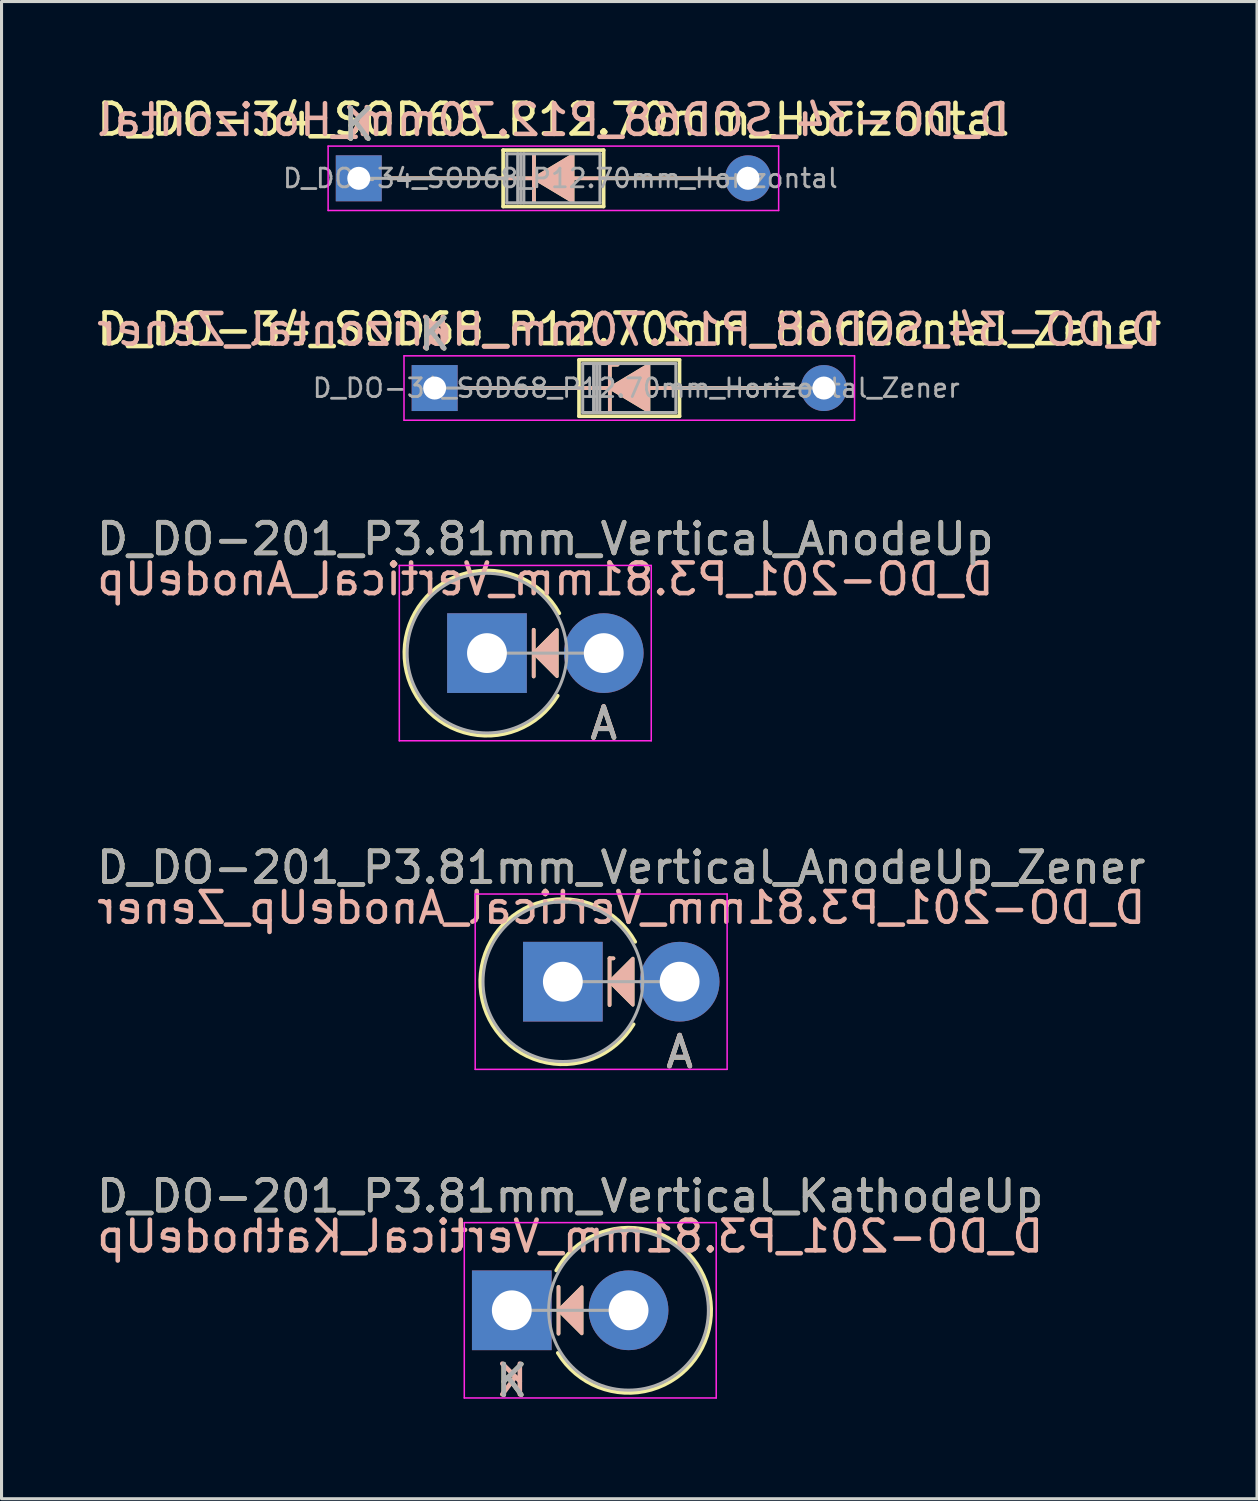
<source format=kicad_pcb>
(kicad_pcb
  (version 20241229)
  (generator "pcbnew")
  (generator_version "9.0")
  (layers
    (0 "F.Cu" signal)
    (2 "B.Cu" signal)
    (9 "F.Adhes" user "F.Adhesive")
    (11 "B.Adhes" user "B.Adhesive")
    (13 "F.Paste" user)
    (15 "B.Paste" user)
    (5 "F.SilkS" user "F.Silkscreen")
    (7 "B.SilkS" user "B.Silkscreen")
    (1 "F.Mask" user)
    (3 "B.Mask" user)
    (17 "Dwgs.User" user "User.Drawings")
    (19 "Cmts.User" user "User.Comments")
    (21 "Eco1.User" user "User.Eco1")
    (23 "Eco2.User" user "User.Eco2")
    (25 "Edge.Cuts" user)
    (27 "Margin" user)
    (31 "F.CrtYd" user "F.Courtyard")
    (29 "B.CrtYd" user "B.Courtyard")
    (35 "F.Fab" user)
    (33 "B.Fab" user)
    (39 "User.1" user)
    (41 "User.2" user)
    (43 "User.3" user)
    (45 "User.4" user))
  (footprint "D_DO-201_P3.81mm_Vertical_AnodeUp"
    (layer "F.Cu")
    (at 12.839 18.26)
    (property "Reference" "D_DO-201_P3.81mm_Vertical_AnodeUp" (at 1.905 -3.725 0) (layer "F.SilkS") (effects (font (size 1 1) (thickness 0.15))))
    (fp_line (start 1.524 -0.762) (end 1.524 0.762) (stroke (width 0.12) (type solid)) (layer "F.SilkS"))
    (fp_arc (start 2.30942 1.390181) (mid -2.695054 -0.052035) (end 2.361361 -1.3) (stroke (width 0.12) (type solid)) (layer "F.SilkS"))
    (fp_poly (pts (xy 2.286 0.762) (xy 1.524 0) (xy 2.286 -0.762)) (stroke (width 0.1) (type solid)) (fill yes) (layer "F.SilkS"))
    (fp_line (start 1.524 0.762) (end 1.524 -0.762) (stroke (width 0.12) (type solid)) (layer "B.SilkS"))
    (fp_poly (pts (xy 2.286 -0.762) (xy 1.524 0) (xy 2.286 0.762)) (stroke (width 0.1) (type solid)) (fill yes) (layer "B.SilkS"))
    (fp_line (start -2.86 -2.86) (end -2.86 2.86) (stroke (width 0.05) (type solid)) (layer "F.CrtYd"))
    (fp_line (start -2.86 2.86) (end 5.36 2.86) (stroke (width 0.05) (type solid)) (layer "F.CrtYd"))
    (fp_line (start 5.36 -2.86) (end -2.86 -2.86) (stroke (width 0.05) (type solid)) (layer "F.CrtYd"))
    (fp_line (start 5.36 2.86) (end 5.36 -2.86) (stroke (width 0.05) (type solid)) (layer "F.CrtYd"))
    (fp_line (start 0 0) (end 3.81 0) (stroke (width 0.1) (type solid)) (layer "F.Fab"))
    (fp_circle (center 0 0) (end 2.605 0) (stroke (width 0.1) (type solid)) (fill no) (layer "F.Fab"))
    (fp_text user "A" (at 3.81 2.3 0) (layer "F.SilkS") (effects (font (size 1 1) (thickness 0.15))))
    (fp_text user "${REFERENCE}" (at 1.905 -2.413 0) (layer "B.SilkS") (effects (font (size 1 1) (thickness 0.15)) (justify mirror)))
    (fp_text user "A" (at 3.81 2.286 0) (layer "B.SilkS") (effects (font (size 1 1) (thickness 0.15)) (justify mirror)))
    (fp_text user "A" (at 3.81 2.3 0) (layer "F.Fab") (effects (font (size 1 1) (thickness 0.15))))
    (fp_text user "${REFERENCE}" (at 1.905 -3.725 0) (layer "F.Fab") (effects (font (size 1 1) (thickness 0.15))))
    (pad "1" thru_hole rect (at 0 0) (size 2.6 2.6) (drill 1.3) (layers "*.Cu" "*.Mask"))
    (pad "2" thru_hole oval (at 3.81 0) (size 2.6 2.6) (drill 1.3) (layers "*.Cu" "*.Mask")))
  (footprint "D_DO-201_P3.81mm_Vertical_KathodeUp"
    (layer "F.Cu")
    (at 13.649 39.703)
    (property "Reference" "D_DO-201_P3.81mm_Vertical_KathodeUp" (at 1.905 -3.725 0) (layer "F.SilkS") (effects (font (size 1 1) (thickness 0.15))))
    (fp_line (start 1.524 -0.762) (end 1.524 0.762) (stroke (width 0.12) (type solid)) (layer "F.SilkS"))
    (fp_arc (start 1.448639 -1.3) (mid 6.505054 -0.052035) (end 1.50058 1.390181) (stroke (width 0.12) (type solid)) (layer "F.SilkS"))
    (fp_poly (pts (xy 2.286 0.762) (xy 1.524 0) (xy 2.286 -0.762)) (stroke (width 0.1) (type solid)) (fill yes) (layer "F.SilkS"))
    (fp_line (start 1.524 0.762) (end 1.524 -0.762) (stroke (width 0.12) (type solid)) (layer "B.SilkS"))
    (fp_poly (pts (xy 2.286 -0.762) (xy 1.524 0) (xy 2.286 0.762)) (stroke (width 0.1) (type solid)) (fill yes) (layer "B.SilkS"))
    (fp_line (start -1.55 -2.86) (end -1.55 2.86) (stroke (width 0.05) (type solid)) (layer "F.CrtYd"))
    (fp_line (start -1.55 2.86) (end 6.67 2.86) (stroke (width 0.05) (type solid)) (layer "F.CrtYd"))
    (fp_line (start 6.67 -2.86) (end -1.55 -2.86) (stroke (width 0.05) (type solid)) (layer "F.CrtYd"))
    (fp_line (start 6.67 2.86) (end 6.67 -2.86) (stroke (width 0.05) (type solid)) (layer "F.CrtYd"))
    (fp_line (start 0 0) (end 3.81 0) (stroke (width 0.1) (type solid)) (layer "F.Fab"))
    (fp_circle (center 3.81 0) (end 6.415 0) (stroke (width 0.1) (type solid)) (fill no) (layer "F.Fab"))
    (fp_text user "K" (at 0 2.3 0) (layer "F.SilkS") (effects (font (size 1 1) (thickness 0.15))))
    (fp_text user "K" (at 0 2.286 0) (layer "B.SilkS") (effects (font (size 1 1) (thickness 0.15)) (justify mirror)))
    (fp_text user "${REFERENCE}" (at 1.905 -2.413 0) (layer "B.SilkS") (effects (font (size 1 1) (thickness 0.15)) (justify mirror)))
    (fp_text user "K" (at 0 2.3 0) (layer "F.Fab") (effects (font (size 1 1) (thickness 0.15))))
    (fp_text user "${REFERENCE}" (at 1.905 -3.725 0) (layer "F.Fab") (effects (font (size 1 1) (thickness 0.15))))
    (pad "1" thru_hole rect (at 0 0) (size 2.6 2.6) (drill 1.3) (layers "*.Cu" "*.Mask"))
    (pad "2" thru_hole oval (at 3.81 0) (size 2.6 2.6) (drill 1.3) (layers "*.Cu" "*.Mask")))
  (footprint "D_DO-34_SOD68_P12.70mm_Horizontal"
    (layer "F.Cu")
    (at 8.656 2.768)
    (property "Reference" "D_DO-34_SOD68_P12.70mm_Horizontal" (at 6.35 -1.92 0) (layer "F.SilkS") (effects (font (size 1 1) (thickness 0.15))))
    (fp_line (start 0.99 0) (end 4.71 0) (stroke (width 0.12) (type solid)) (layer "F.SilkS"))
    (fp_line (start 4.71 -0.92) (end 4.71 0.92) (stroke (width 0.12) (type solid)) (layer "F.SilkS"))
    (fp_line (start 4.71 0.92) (end 7.99 0.92) (stroke (width 0.12) (type solid)) (layer "F.SilkS"))
    (fp_line (start 5.715 -0.762) (end 5.715 0.762) (stroke (width 0.12) (type solid)) (layer "F.SilkS"))
    (fp_line (start 5.8 0) (end 4.71 0) (stroke (width 0.12) (type solid)) (layer "F.SilkS"))
    (fp_line (start 6.985 0) (end 7.99 0) (stroke (width 0.12) (type solid)) (layer "F.SilkS"))
    (fp_line (start 7.99 -0.92) (end 4.71 -0.92) (stroke (width 0.12) (type solid)) (layer "F.SilkS"))
    (fp_line (start 7.99 0.92) (end 7.99 -0.92) (stroke (width 0.12) (type solid)) (layer "F.SilkS"))
    (fp_line (start 11.71 0) (end 7.99 0) (stroke (width 0.12) (type solid)) (layer "F.SilkS"))
    (fp_poly (pts (xy 6.985 0.762) (xy 5.715 0) (xy 6.985 -0.762)) (stroke (width 0.1) (type solid)) (fill yes) (layer "F.SilkS"))
    (fp_line (start 0.99 0) (end 4.71 0) (stroke (width 0.12) (type solid)) (layer "B.SilkS"))
    (fp_line (start 5.715 0.762) (end 5.715 -0.762) (stroke (width 0.12) (type solid)) (layer "B.SilkS"))
    (fp_line (start 5.8 0) (end 4.71 0) (stroke (width 0.12) (type solid)) (layer "B.SilkS"))
    (fp_line (start 6.985 0) (end 7.99 0) (stroke (width 0.12) (type solid)) (layer "B.SilkS"))
    (fp_line (start 11.71 0) (end 7.99 0) (stroke (width 0.12) (type solid)) (layer "B.SilkS"))
    (fp_poly (pts (xy 6.985 -0.762) (xy 5.715 0) (xy 6.985 0.762)) (stroke (width 0.1) (type solid)) (fill yes) (layer "B.SilkS"))
    (fp_line (start -1 -1.05) (end -1 1.05) (stroke (width 0.05) (type solid)) (layer "F.CrtYd"))
    (fp_line (start -1 1.05) (end 13.7 1.05) (stroke (width 0.05) (type solid)) (layer "F.CrtYd"))
    (fp_line (start 13.7 -1.05) (end -1 -1.05) (stroke (width 0.05) (type solid)) (layer "F.CrtYd"))
    (fp_line (start 13.7 1.05) (end 13.7 -1.05) (stroke (width 0.05) (type solid)) (layer "F.CrtYd"))
    (fp_line (start 0 0) (end 4.83 0) (stroke (width 0.1) (type solid)) (layer "F.Fab"))
    (fp_line (start 4.83 -0.8) (end 4.83 0.8) (stroke (width 0.1) (type solid)) (layer "F.Fab"))
    (fp_line (start 4.83 0.8) (end 7.87 0.8) (stroke (width 0.1) (type solid)) (layer "F.Fab"))
    (fp_line (start 5.186 -0.8) (end 5.186 0.8) (stroke (width 0.1) (type solid)) (layer "F.Fab"))
    (fp_line (start 5.286 -0.8) (end 5.286 0.8) (stroke (width 0.1) (type solid)) (layer "F.Fab"))
    (fp_line (start 5.386 -0.8) (end 5.386 0.8) (stroke (width 0.1) (type solid)) (layer "F.Fab"))
    (fp_line (start 7.87 -0.8) (end 4.83 -0.8) (stroke (width 0.1) (type solid)) (layer "F.Fab"))
    (fp_line (start 7.87 0.8) (end 7.87 -0.8) (stroke (width 0.1) (type solid)) (layer "F.Fab"))
    (fp_line (start 12.7 0) (end 7.87 0) (stroke (width 0.1) (type solid)) (layer "F.Fab"))
    (fp_text user "K" (at 0 -1.75 0) (layer "F.SilkS") (effects (font (size 1 1) (thickness 0.15))))
    (fp_text user "${REFERENCE}" (at 6.35 -1.905 0) (layer "B.SilkS") (effects (font (size 1 1) (thickness 0.15)) (justify mirror)))
    (fp_text user "K" (at 0 -1.778 0) (layer "B.SilkS") (effects (font (size 1 1) (thickness 0.15)) (justify mirror)))
    (fp_text user "${REFERENCE}" (at 6.578 0 0) (layer "F.Fab") (effects (font (size 0.608 0.608) (thickness 0.091))))
    (fp_text user "K" (at 0 -1.75 0) (layer "F.Fab") (effects (font (size 1 1) (thickness 0.15))))
    (pad "1" thru_hole rect (at 0 0) (size 1.5 1.5) (drill 0.75) (layers "*.Cu" "*.Mask"))
    (pad "2" thru_hole oval (at 12.7 0) (size 1.5 1.5) (drill 0.75) (layers "*.Cu" "*.Mask")))
  (footprint "D_DO-201_P3.81mm_Vertical_AnodeUp_Zener"
    (layer "F.Cu")
    (at 15.315 28.981)
    (property "Reference" "D_DO-201_P3.81mm_Vertical_AnodeUp_Zener" (at 1.905 -3.725 0) (layer "F.SilkS") (effects (font (size 1 1) (thickness 0.15))))
    (fp_line (start 1.524 -0.762) (end 1.524 0.762) (stroke (width 0.12) (type solid)) (layer "F.SilkS"))
    (fp_line (start 1.524 -0.762) (end 1.651 -0.762) (stroke (width 0.12) (type solid)) (layer "F.SilkS"))
    (fp_arc (start 2.30942 1.390181) (mid -2.695054 -0.052035) (end 2.361361 -1.3) (stroke (width 0.12) (type solid)) (layer "F.SilkS"))
    (fp_poly (pts (xy 2.286 0.762) (xy 1.524 0) (xy 2.286 -0.762)) (stroke (width 0.1) (type solid)) (fill yes) (layer "F.SilkS"))
    (fp_line (start 1.524 -0.762) (end 1.651 -0.762) (stroke (width 0.12) (type solid)) (layer "B.SilkS"))
    (fp_line (start 1.524 0.762) (end 1.524 -0.762) (stroke (width 0.12) (type solid)) (layer "B.SilkS"))
    (fp_poly (pts (xy 2.286 -0.762) (xy 1.524 0) (xy 2.286 0.762)) (stroke (width 0.1) (type solid)) (fill yes) (layer "B.SilkS"))
    (fp_line (start -2.86 -2.86) (end -2.86 2.86) (stroke (width 0.05) (type solid)) (layer "F.CrtYd"))
    (fp_line (start -2.86 2.86) (end 5.36 2.86) (stroke (width 0.05) (type solid)) (layer "F.CrtYd"))
    (fp_line (start 5.36 -2.86) (end -2.86 -2.86) (stroke (width 0.05) (type solid)) (layer "F.CrtYd"))
    (fp_line (start 5.36 2.86) (end 5.36 -2.86) (stroke (width 0.05) (type solid)) (layer "F.CrtYd"))
    (fp_line (start 0 0) (end 3.81 0) (stroke (width 0.1) (type solid)) (layer "F.Fab"))
    (fp_circle (center 0 0) (end 2.605 0) (stroke (width 0.1) (type solid)) (fill no) (layer "F.Fab"))
    (fp_text user "A" (at 3.81 2.3 0) (layer "F.SilkS") (effects (font (size 1 1) (thickness 0.15))))
    (fp_text user "${REFERENCE}" (at 1.905 -2.413 0) (layer "B.SilkS") (effects (font (size 1 1) (thickness 0.15)) (justify mirror)))
    (fp_text user "A" (at 3.81 2.286 0) (layer "B.SilkS") (effects (font (size 1 1) (thickness 0.15)) (justify mirror)))
    (fp_text user "A" (at 3.81 2.3 0) (layer "F.Fab") (effects (font (size 1 1) (thickness 0.15))))
    (fp_text user "${REFERENCE}" (at 1.905 -3.725 0) (layer "F.Fab") (effects (font (size 1 1) (thickness 0.15))))
    (pad "1" thru_hole rect (at 0 0) (size 2.6 2.6) (drill 1.3) (layers "*.Cu" "*.Mask"))
    (pad "2" thru_hole oval (at 3.81 0) (size 2.6 2.6) (drill 1.3) (layers "*.Cu" "*.Mask")))
  (footprint "D_DO-34_SOD68_P12.70mm_Horizontal_Zener"
    (layer "F.Cu")
    (at 11.132 9.611)
    (property "Reference" "D_DO-34_SOD68_P12.70mm_Horizontal_Zener" (at 6.35 -1.92 0) (layer "F.SilkS") (effects (font (size 1 1) (thickness 0.15))))
    (fp_line (start 0.99 0) (end 4.71 0) (stroke (width 0.12) (type solid)) (layer "F.SilkS"))
    (fp_line (start 4.71 -0.92) (end 4.71 0.92) (stroke (width 0.12) (type solid)) (layer "F.SilkS"))
    (fp_line (start 4.71 0.92) (end 7.99 0.92) (stroke (width 0.12) (type solid)) (layer "F.SilkS"))
    (fp_line (start 5.715 -0.762) (end 5.715 0.762) (stroke (width 0.12) (type solid)) (layer "F.SilkS"))
    (fp_line (start 5.715 -0.762) (end 5.969 -0.762) (stroke (width 0.12) (type solid)) (layer "F.SilkS"))
    (fp_line (start 5.8 0) (end 4.71 0) (stroke (width 0.12) (type solid)) (layer "F.SilkS"))
    (fp_line (start 6.985 0) (end 7.99 0) (stroke (width 0.12) (type solid)) (layer "F.SilkS"))
    (fp_line (start 7.99 -0.92) (end 4.71 -0.92) (stroke (width 0.12) (type solid)) (layer "F.SilkS"))
    (fp_line (start 7.99 0.92) (end 7.99 -0.92) (stroke (width 0.12) (type solid)) (layer "F.SilkS"))
    (fp_line (start 11.71 0) (end 7.99 0) (stroke (width 0.12) (type solid)) (layer "F.SilkS"))
    (fp_poly (pts (xy 6.985 0.762) (xy 5.715 0) (xy 6.985 -0.762)) (stroke (width 0.1) (type solid)) (fill yes) (layer "F.SilkS"))
    (fp_line (start 0.99 0) (end 4.71 0) (stroke (width 0.12) (type solid)) (layer "B.SilkS"))
    (fp_line (start 5.715 -0.762) (end 5.969 -0.762) (stroke (width 0.12) (type solid)) (layer "B.SilkS"))
    (fp_line (start 5.715 0.762) (end 5.715 -0.762) (stroke (width 0.12) (type solid)) (layer "B.SilkS"))
    (fp_line (start 5.8 0) (end 4.71 0) (stroke (width 0.12) (type solid)) (layer "B.SilkS"))
    (fp_line (start 6.985 0) (end 7.99 0) (stroke (width 0.12) (type solid)) (layer "B.SilkS"))
    (fp_line (start 11.71 0) (end 7.99 0) (stroke (width 0.12) (type solid)) (layer "B.SilkS"))
    (fp_poly (pts (xy 6.985 -0.762) (xy 5.715 0) (xy 6.985 0.762)) (stroke (width 0.1) (type solid)) (fill yes) (layer "B.SilkS"))
    (fp_line (start -1 -1.05) (end -1 1.05) (stroke (width 0.05) (type solid)) (layer "F.CrtYd"))
    (fp_line (start -1 1.05) (end 13.7 1.05) (stroke (width 0.05) (type solid)) (layer "F.CrtYd"))
    (fp_line (start 13.7 -1.05) (end -1 -1.05) (stroke (width 0.05) (type solid)) (layer "F.CrtYd"))
    (fp_line (start 13.7 1.05) (end 13.7 -1.05) (stroke (width 0.05) (type solid)) (layer "F.CrtYd"))
    (fp_line (start 0 0) (end 4.83 0) (stroke (width 0.1) (type solid)) (layer "F.Fab"))
    (fp_line (start 4.83 -0.8) (end 4.83 0.8) (stroke (width 0.1) (type solid)) (layer "F.Fab"))
    (fp_line (start 4.83 0.8) (end 7.87 0.8) (stroke (width 0.1) (type solid)) (layer "F.Fab"))
    (fp_line (start 5.186 -0.8) (end 5.186 0.8) (stroke (width 0.1) (type solid)) (layer "F.Fab"))
    (fp_line (start 5.286 -0.8) (end 5.286 0.8) (stroke (width 0.1) (type solid)) (layer "F.Fab"))
    (fp_line (start 5.386 -0.8) (end 5.386 0.8) (stroke (width 0.1) (type solid)) (layer "F.Fab"))
    (fp_line (start 7.87 -0.8) (end 4.83 -0.8) (stroke (width 0.1) (type solid)) (layer "F.Fab"))
    (fp_line (start 7.87 0.8) (end 7.87 -0.8) (stroke (width 0.1) (type solid)) (layer "F.Fab"))
    (fp_line (start 12.7 0) (end 7.87 0) (stroke (width 0.1) (type solid)) (layer "F.Fab"))
    (fp_text user "K" (at 0 -1.75 0) (layer "F.SilkS") (effects (font (size 1 1) (thickness 0.15))))
    (fp_text user "K" (at 0 -1.778 0) (layer "B.SilkS") (effects (font (size 1 1) (thickness 0.15)) (justify mirror)))
    (fp_text user "${REFERENCE}" (at 6.35 -1.905 0) (layer "B.SilkS") (effects (font (size 1 1) (thickness 0.15)) (justify mirror)))
    (fp_text user "${REFERENCE}" (at 6.578 0 0) (layer "F.Fab") (effects (font (size 0.608 0.608) (thickness 0.091))))
    (fp_text user "K" (at 0 -1.75 0) (layer "F.Fab") (effects (font (size 1 1) (thickness 0.15))))
    (pad "1" thru_hole rect (at 0 0) (size 1.5 1.5) (drill 0.75) (layers "*.Cu" "*.Mask"))
    (pad "2" thru_hole oval (at 12.7 0) (size 1.5 1.5) (drill 0.75) (layers "*.Cu" "*.Mask")))
  (gr_rect
    (start -3 -3)
    (end 37.964 45.851)
    (stroke (width 0.1) (type default))
    (fill no)
    (layer "Edge.Cuts")))
</source>
